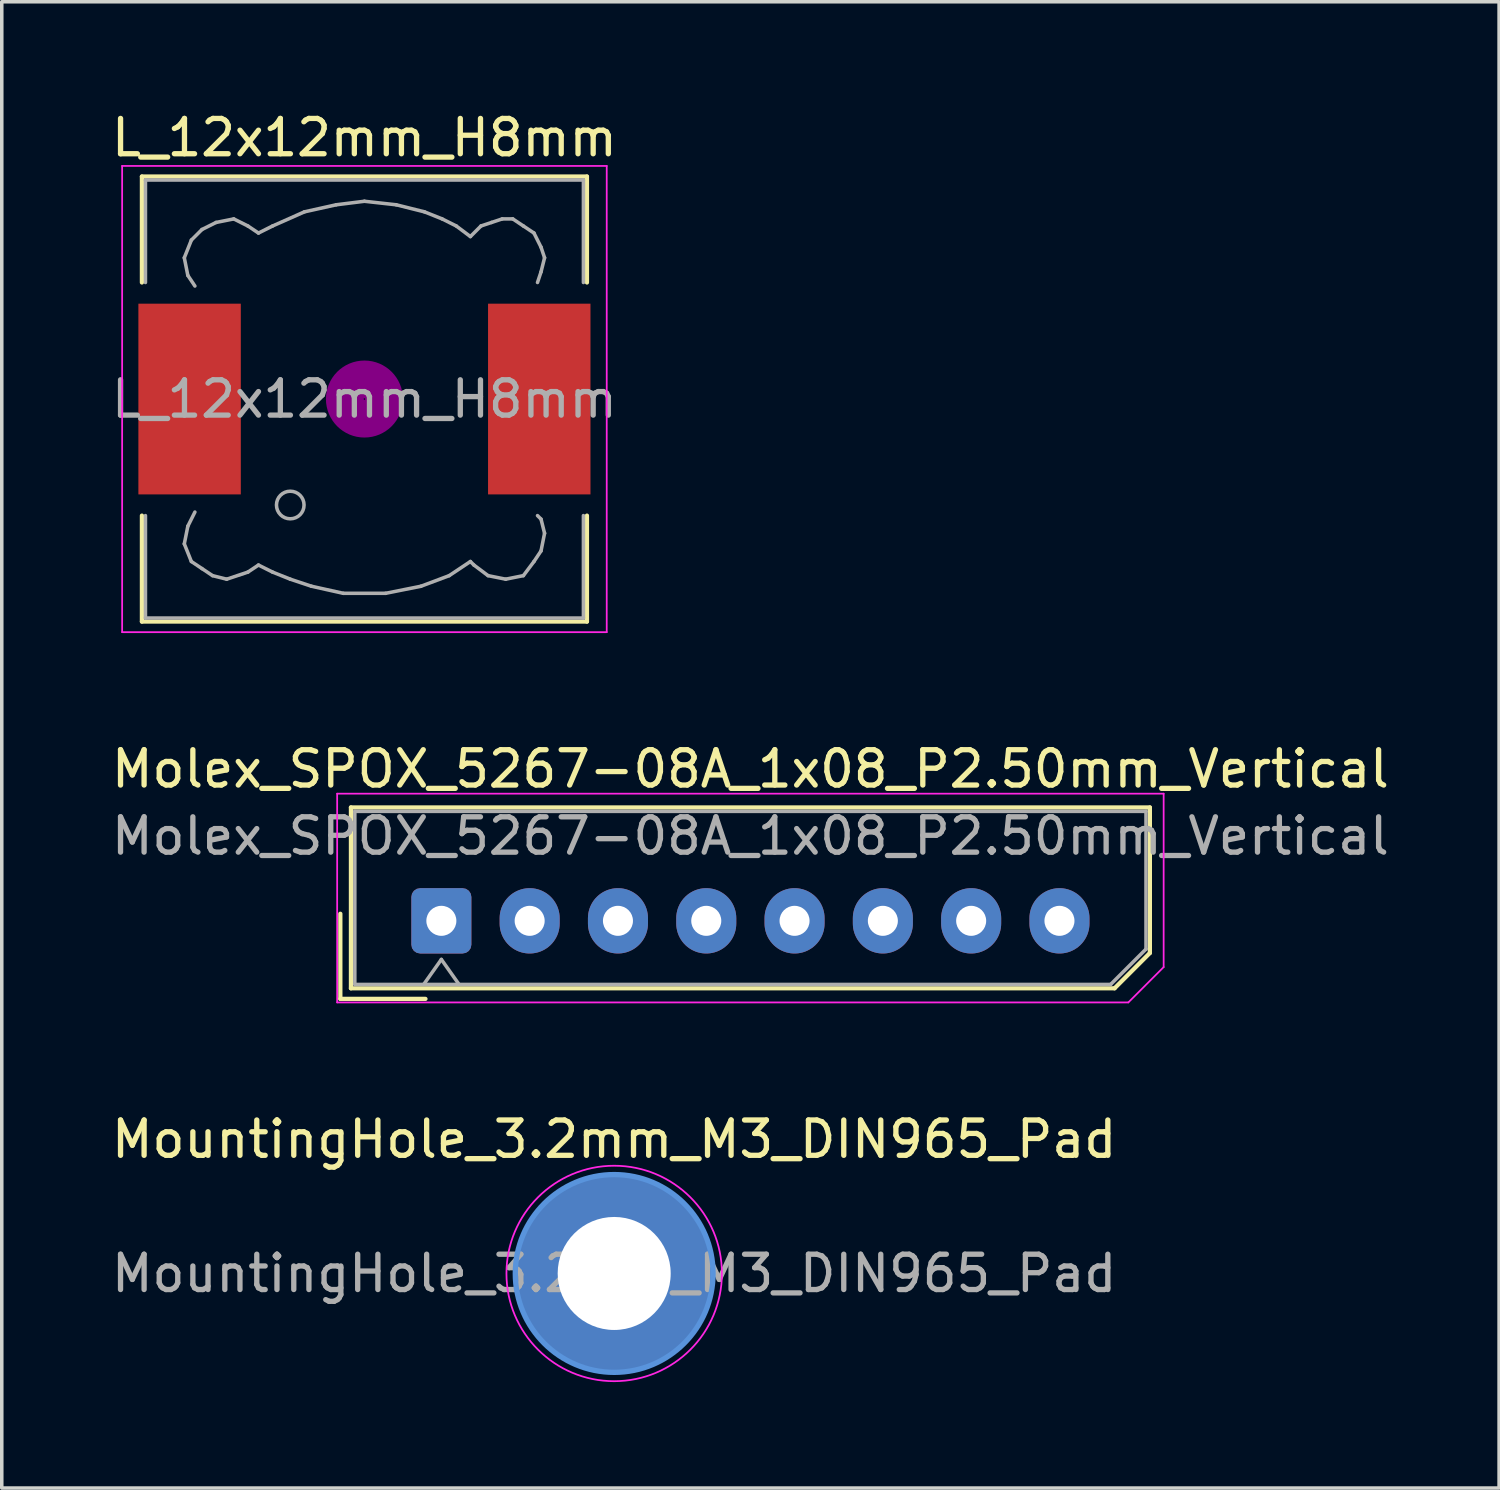
<source format=kicad_pcb>
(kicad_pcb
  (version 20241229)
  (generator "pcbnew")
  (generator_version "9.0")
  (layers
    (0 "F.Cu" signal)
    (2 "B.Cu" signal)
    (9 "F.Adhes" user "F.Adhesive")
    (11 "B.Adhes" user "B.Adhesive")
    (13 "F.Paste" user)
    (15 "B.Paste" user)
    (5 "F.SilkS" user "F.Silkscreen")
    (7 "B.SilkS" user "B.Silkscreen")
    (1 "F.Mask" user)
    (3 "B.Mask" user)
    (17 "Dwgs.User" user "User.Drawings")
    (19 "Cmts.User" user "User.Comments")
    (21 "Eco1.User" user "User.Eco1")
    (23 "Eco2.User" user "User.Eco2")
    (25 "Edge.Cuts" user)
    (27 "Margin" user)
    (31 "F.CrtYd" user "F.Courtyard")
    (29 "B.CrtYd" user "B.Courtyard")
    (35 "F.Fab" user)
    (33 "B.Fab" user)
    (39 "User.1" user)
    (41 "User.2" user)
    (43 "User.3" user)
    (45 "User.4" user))
  (footprint "L_12x12mm_H8mm"
    (layer "F.Cu")
    (at 7.268 8.248)
    (property "Reference" "L_12x12mm_H8mm" (at 0 -7.4 180) (layer "F.SilkS") (effects (font (size 1 1) (thickness 0.15))))
    (attr smd)
    (fp_line (start -6.3 -6.3) (end 6.3 -6.3) (stroke (width 0.12) (type solid)) (layer "F.SilkS"))
    (fp_line (start -6.3 -3.3) (end -6.3 -6.3) (stroke (width 0.12) (type solid)) (layer "F.SilkS"))
    (fp_line (start -6.3 6.3) (end -6.3 3.3) (stroke (width 0.12) (type solid)) (layer "F.SilkS"))
    (fp_line (start 6.3 -6.3) (end 6.3 -3.3) (stroke (width 0.12) (type solid)) (layer "F.SilkS"))
    (fp_line (start 6.3 3.3) (end 6.3 6.3) (stroke (width 0.12) (type solid)) (layer "F.SilkS"))
    (fp_line (start 6.3 6.3) (end -6.3 6.3) (stroke (width 0.12) (type solid)) (layer "F.SilkS"))
    (fp_circle (center 0 0) (end 0.15 0.15) (stroke (width 0.38) (type solid)) (fill no) (layer "F.Adhes"))
    (fp_circle (center 0 0) (end 0.55 0) (stroke (width 0.38) (type solid)) (fill no) (layer "F.Adhes"))
    (fp_circle (center 0 0) (end 0.9 0) (stroke (width 0.38) (type solid)) (fill no) (layer "F.Adhes"))
    (fp_line (start -6.86 -6.6) (end 6.86 -6.6) (stroke (width 0.05) (type solid)) (layer "F.CrtYd"))
    (fp_line (start -6.86 6.6) (end -6.86 -6.6) (stroke (width 0.05) (type solid)) (layer "F.CrtYd"))
    (fp_line (start 6.86 -6.6) (end 6.86 6.6) (stroke (width 0.05) (type solid)) (layer "F.CrtYd"))
    (fp_line (start 6.86 6.6) (end -6.86 6.6) (stroke (width 0.05) (type solid)) (layer "F.CrtYd"))
    (fp_line (start -6.2 -6.2) (end -6.2 -3.3) (stroke (width 0.1) (type solid)) (layer "F.Fab"))
    (fp_line (start -6.2 3.3) (end -6.2 6.2) (stroke (width 0.1) (type solid)) (layer "F.Fab"))
    (fp_line (start -6.2 6.2) (end 6.2 6.2) (stroke (width 0.1) (type solid)) (layer "F.Fab"))
    (fp_line (start -5.1 -4) (end -5 -3.5) (stroke (width 0.1) (type solid)) (layer "F.Fab"))
    (fp_line (start -5.1 4.1) (end -5 3.6) (stroke (width 0.1) (type solid)) (layer "F.Fab"))
    (fp_line (start -5 -3.5) (end -4.8 -3.2) (stroke (width 0.1) (type solid)) (layer "F.Fab"))
    (fp_line (start -5 3.6) (end -4.8 3.2) (stroke (width 0.1) (type solid)) (layer "F.Fab"))
    (fp_line (start -4.9 -4.5) (end -5.1 -4) (stroke (width 0.1) (type solid)) (layer "F.Fab"))
    (fp_line (start -4.9 4.6) (end -5.1 4.1) (stroke (width 0.1) (type solid)) (layer "F.Fab"))
    (fp_line (start -4.6 -4.8) (end -4.9 -4.5) (stroke (width 0.1) (type solid)) (layer "F.Fab"))
    (fp_line (start -4.6 4.8) (end -4.9 4.6) (stroke (width 0.1) (type solid)) (layer "F.Fab"))
    (fp_line (start -4.3 5) (end -4.6 4.8) (stroke (width 0.1) (type solid)) (layer "F.Fab"))
    (fp_line (start -4.2 -5) (end -4.6 -4.8) (stroke (width 0.1) (type solid)) (layer "F.Fab"))
    (fp_line (start -3.9 5.1) (end -4.3 5) (stroke (width 0.1) (type solid)) (layer "F.Fab"))
    (fp_line (start -3.7 -5.1) (end -4.2 -5) (stroke (width 0.1) (type solid)) (layer "F.Fab"))
    (fp_line (start -3.3 -4.9) (end -3.7 -5.1) (stroke (width 0.1) (type solid)) (layer "F.Fab"))
    (fp_line (start -3.3 4.9) (end -3.9 5.1) (stroke (width 0.1) (type solid)) (layer "F.Fab"))
    (fp_line (start -3 -4.7) (end -3.3 -4.9) (stroke (width 0.1) (type solid)) (layer "F.Fab"))
    (fp_line (start -3 4.7) (end -3.3 4.9) (stroke (width 0.1) (type solid)) (layer "F.Fab"))
    (fp_line (start -2.6 -4.9) (end -3 -4.7) (stroke (width 0.1) (type solid)) (layer "F.Fab"))
    (fp_line (start -2.6 4.9) (end -3 4.7) (stroke (width 0.1) (type solid)) (layer "F.Fab"))
    (fp_line (start -2.1 5.1) (end -2.6 4.9) (stroke (width 0.1) (type solid)) (layer "F.Fab"))
    (fp_line (start -1.7 -5.3) (end -2.6 -4.9) (stroke (width 0.1) (type solid)) (layer "F.Fab"))
    (fp_line (start -1.5 5.3) (end -2.1 5.1) (stroke (width 0.1) (type solid)) (layer "F.Fab"))
    (fp_line (start -0.8 -5.5) (end -1.7 -5.3) (stroke (width 0.1) (type solid)) (layer "F.Fab"))
    (fp_line (start -0.6 5.5) (end -1.5 5.3) (stroke (width 0.1) (type solid)) (layer "F.Fab"))
    (fp_line (start 0 -5.6) (end -0.8 -5.5) (stroke (width 0.1) (type solid)) (layer "F.Fab"))
    (fp_line (start 0.6 5.5) (end -0.6 5.5) (stroke (width 0.1) (type solid)) (layer "F.Fab"))
    (fp_line (start 0.9 -5.5) (end 0 -5.6) (stroke (width 0.1) (type solid)) (layer "F.Fab"))
    (fp_line (start 1.6 5.3) (end 0.6 5.5) (stroke (width 0.1) (type solid)) (layer "F.Fab"))
    (fp_line (start 1.7 -5.3) (end 0.9 -5.5) (stroke (width 0.1) (type solid)) (layer "F.Fab"))
    (fp_line (start 2.2 -5.1) (end 1.7 -5.3) (stroke (width 0.1) (type solid)) (layer "F.Fab"))
    (fp_line (start 2.4 5) (end 1.6 5.3) (stroke (width 0.1) (type solid)) (layer "F.Fab"))
    (fp_line (start 2.6 -4.9) (end 2.2 -5.1) (stroke (width 0.1) (type solid)) (layer "F.Fab"))
    (fp_line (start 3 -4.6) (end 2.6 -4.9) (stroke (width 0.1) (type solid)) (layer "F.Fab"))
    (fp_line (start 3 4.6) (end 2.4 5) (stroke (width 0.1) (type solid)) (layer "F.Fab"))
    (fp_line (start 3.1 4.7) (end 3 4.6) (stroke (width 0.1) (type solid)) (layer "F.Fab"))
    (fp_line (start 3.3 -4.9) (end 3 -4.6) (stroke (width 0.1) (type solid)) (layer "F.Fab"))
    (fp_line (start 3.5 5) (end 3.1 4.7) (stroke (width 0.1) (type solid)) (layer "F.Fab"))
    (fp_line (start 3.6 -5) (end 3.3 -4.9) (stroke (width 0.1) (type solid)) (layer "F.Fab"))
    (fp_line (start 3.9 -5.1) (end 3.6 -5) (stroke (width 0.1) (type solid)) (layer "F.Fab"))
    (fp_line (start 4 5.1) (end 3.5 5) (stroke (width 0.1) (type solid)) (layer "F.Fab"))
    (fp_line (start 4.2 -5.1) (end 3.9 -5.1) (stroke (width 0.1) (type solid)) (layer "F.Fab"))
    (fp_line (start 4.5 -4.9) (end 4.2 -5.1) (stroke (width 0.1) (type solid)) (layer "F.Fab"))
    (fp_line (start 4.5 5) (end 4 5.1) (stroke (width 0.1) (type solid)) (layer "F.Fab"))
    (fp_line (start 4.8 -4.7) (end 4.5 -4.9) (stroke (width 0.1) (type solid)) (layer "F.Fab"))
    (fp_line (start 4.8 4.6) (end 4.5 5) (stroke (width 0.1) (type solid)) (layer "F.Fab"))
    (fp_line (start 4.9 -3.3) (end 5 -3.6) (stroke (width 0.1) (type solid)) (layer "F.Fab"))
    (fp_line (start 4.9 3.3) (end 5 3.4) (stroke (width 0.1) (type solid)) (layer "F.Fab"))
    (fp_line (start 5 -4.3) (end 4.8 -4.7) (stroke (width 0.1) (type solid)) (layer "F.Fab"))
    (fp_line (start 5 -3.6) (end 5.1 -4) (stroke (width 0.1) (type solid)) (layer "F.Fab"))
    (fp_line (start 5 3.4) (end 5.1 3.8) (stroke (width 0.1) (type solid)) (layer "F.Fab"))
    (fp_line (start 5 4.3) (end 4.8 4.6) (stroke (width 0.1) (type solid)) (layer "F.Fab"))
    (fp_line (start 5.1 -4) (end 5 -4.3) (stroke (width 0.1) (type solid)) (layer "F.Fab"))
    (fp_line (start 5.1 3.8) (end 5 4.3) (stroke (width 0.1) (type solid)) (layer "F.Fab"))
    (fp_line (start 6.2 -6.2) (end -6.2 -6.2) (stroke (width 0.1) (type solid)) (layer "F.Fab"))
    (fp_line (start 6.2 -6.2) (end 6.2 -3.3) (stroke (width 0.1) (type solid)) (layer "F.Fab"))
    (fp_line (start 6.2 6.2) (end 6.2 3.3) (stroke (width 0.1) (type solid)) (layer "F.Fab"))
    (fp_circle (center -2.1 3) (end -1.8 3.25) (stroke (width 0.1) (type solid)) (fill no) (layer "F.Fab"))
    (fp_text user "${REFERENCE}" (at 0 0 180) (layer "F.Fab") (effects (font (size 1 1) (thickness 0.15))))
    (pad "1" smd rect (at -4.95 0) (size 2.9 5.4) (layers "F.Cu" "F.Mask" "F.Paste"))
    (pad "2" smd rect (at 4.95 0) (size 2.9 5.4) (layers "F.Cu" "F.Mask" "F.Paste")))
  (footprint "MountingHole_3.2mm_M3_DIN965_Pad"
    (layer "F.Cu")
    (at 14.339 33.005)
    (property "Reference" "MountingHole_3.2mm_M3_DIN965_Pad" (at 0 -3.8 0) (layer "F.SilkS") (effects (font (size 1 1) (thickness 0.15))))
    (attr exclude_from_pos_files exclude_from_bom)
    (fp_circle (center 0 0) (end 2.8 0) (stroke (width 0.15) (type solid)) (fill no) (layer "Cmts.User"))
    (fp_circle (center 0 0) (end 3.05 0) (stroke (width 0.05) (type solid)) (fill no) (layer "F.CrtYd"))
    (fp_text user "${REFERENCE}" (at 0 0 0) (layer "F.Fab") (effects (font (size 1 1) (thickness 0.15))))
    (pad "1" thru_hole circle (at 0 0) (size 5.6 5.6) (drill 3.2) (layers "*.Cu" "*.Mask")))
  (footprint "Molex_SPOX_5267-08A_1x08_P2.50mm_Vertical"
    (layer "F.Cu")
    (at 9.446 23.021)
    (property "Reference" "Molex_SPOX_5267-08A_1x08_P2.50mm_Vertical" (at 8.75 -4.3 0) (layer "F.SilkS") (effects (font (size 1 1) (thickness 0.15))))
    (attr through_hole)
    (fp_line (start -2.86 -0.2) (end -2.86 2.21) (stroke (width 0.12) (type solid)) (layer "F.SilkS"))
    (fp_line (start -2.86 2.21) (end -0.45 2.21) (stroke (width 0.12) (type solid)) (layer "F.SilkS"))
    (fp_line (start -2.56 -3.21) (end -2.56 1.91) (stroke (width 0.12) (type solid)) (layer "F.SilkS"))
    (fp_line (start -2.56 1.91) (end 19.06 1.91) (stroke (width 0.12) (type solid)) (layer "F.SilkS"))
    (fp_line (start 19.06 1.91) (end 20.06 0.91) (stroke (width 0.12) (type solid)) (layer "F.SilkS"))
    (fp_line (start 20.06 -3.21) (end -2.56 -3.21) (stroke (width 0.12) (type solid)) (layer "F.SilkS"))
    (fp_line (start 20.06 0.91) (end 20.06 -3.21) (stroke (width 0.12) (type solid)) (layer "F.SilkS"))
    (fp_line (start -2.95 -3.6) (end -2.95 2.31) (stroke (width 0.05) (type solid)) (layer "F.CrtYd"))
    (fp_line (start -2.95 2.31) (end 19.45 2.31) (stroke (width 0.05) (type solid)) (layer "F.CrtYd"))
    (fp_line (start 19.45 2.31) (end 20.45 1.31) (stroke (width 0.05) (type solid)) (layer "F.CrtYd"))
    (fp_line (start 20.45 -3.6) (end -2.95 -3.6) (stroke (width 0.05) (type solid)) (layer "F.CrtYd"))
    (fp_line (start 20.45 1.31) (end 20.45 -3.6) (stroke (width 0.05) (type solid)) (layer "F.CrtYd"))
    (fp_line (start -2.45 -3.1) (end -2.45 1.8) (stroke (width 0.1) (type solid)) (layer "F.Fab"))
    (fp_line (start -2.45 1.8) (end 18.95 1.8) (stroke (width 0.1) (type solid)) (layer "F.Fab"))
    (fp_line (start -0.5 1.8) (end 0 1.093) (stroke (width 0.1) (type solid)) (layer "F.Fab"))
    (fp_line (start 0 1.093) (end 0.5 1.8) (stroke (width 0.1) (type solid)) (layer "F.Fab"))
    (fp_line (start 18.95 1.8) (end 19.95 0.8) (stroke (width 0.1) (type solid)) (layer "F.Fab"))
    (fp_line (start 19.95 -3.1) (end -2.45 -3.1) (stroke (width 0.1) (type solid)) (layer "F.Fab"))
    (fp_line (start 19.95 0.8) (end 19.95 -3.1) (stroke (width 0.1) (type solid)) (layer "F.Fab"))
    (fp_text user "${REFERENCE}" (at 8.75 -2.4 0) (layer "F.Fab") (effects (font (size 1 1) (thickness 0.15))))
    (pad "1" thru_hole roundrect (at 0 0) (size 1.7 1.85) (drill 0.85) (layers "*.Cu" "*.Mask") (roundrect_rratio 0.147))
    (pad "2" thru_hole oval (at 2.5 0) (size 1.7 1.85) (drill 0.85) (layers "*.Cu" "*.Mask"))
    (pad "3" thru_hole oval (at 5 0) (size 1.7 1.85) (drill 0.85) (layers "*.Cu" "*.Mask"))
    (pad "4" thru_hole oval (at 7.5 0) (size 1.7 1.85) (drill 0.85) (layers "*.Cu" "*.Mask"))
    (pad "5" thru_hole oval (at 10 0) (size 1.7 1.85) (drill 0.85) (layers "*.Cu" "*.Mask"))
    (pad "6" thru_hole oval (at 12.5 0) (size 1.7 1.85) (drill 0.85) (layers "*.Cu" "*.Mask"))
    (pad "7" thru_hole oval (at 15 0) (size 1.7 1.85) (drill 0.85) (layers "*.Cu" "*.Mask"))
    (pad "8" thru_hole oval (at 17.5 0) (size 1.7 1.85) (drill 0.85) (layers "*.Cu" "*.Mask")))
  (gr_rect
    (start -3 -3)
    (end 39.393 39.08)
    (stroke (width 0.1) (type default))
    (fill no)
    (layer "Edge.Cuts")))
</source>
